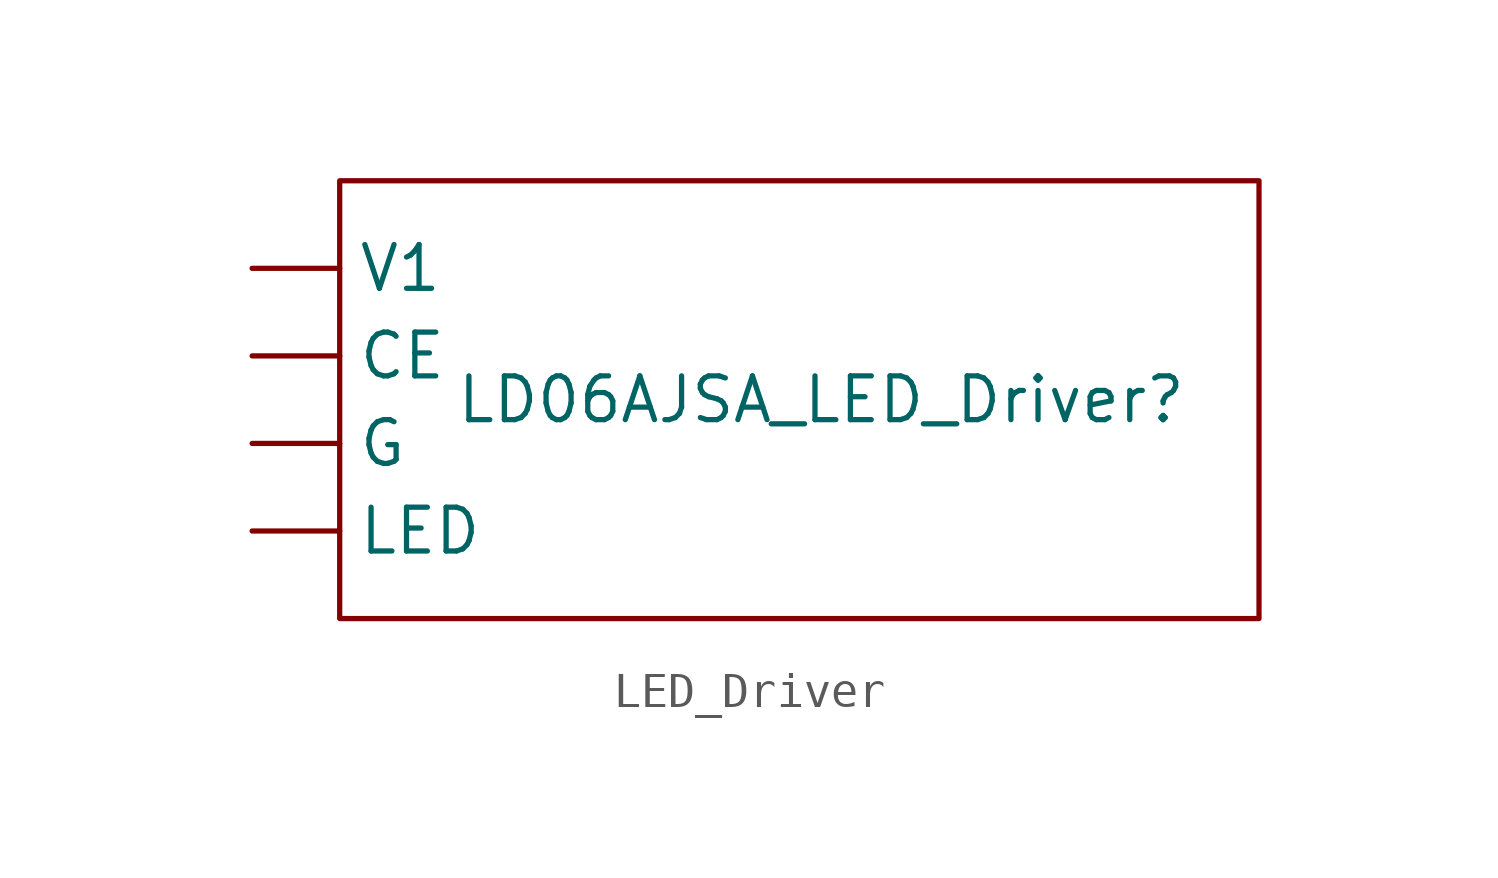
<source format=kicad_sym>
(kicad_symbol_lib
  (version 20220914)
  (generator kicad_symbol_editor)
  (symbol "LED_Driver"
    (property "Reference" "LD06AJSA_LED_Driver"
      (at 1.27 0 0)
      (effects (font (size 1.27 1.27))))
    (property "Value" ""
      (at -2.54 -1.27 0)
      (effects (font (size 1.27 1.27))))
    (symbol "LED_Driver_0_1"
      (rectangle (start -12.7 6.35) (end 13.97 -6.35) (stroke (width 0) (type default)) (fill (type none))))
    (symbol "LED_Driver_1_1"
      (pin input line (at -15.24 1.27 0) (length 2.54) (name "CE" (effects (font (size 1.27 1.27)))) (number "" (effects (font (size 1.27 1.27)))))
      (pin power_in line (at -15.24 -1.27 0) (length 2.54) (name "G" (effects (font (size 1.27 1.27)))) (number "" (effects (font (size 1.27 1.27)))))
      (pin power_out line (at -15.24 -3.81 0) (length 2.54) (name "LED" (effects (font (size 1.27 1.27)))) (number "" (effects (font (size 1.27 1.27)))))
      (pin input line (at -15.24 3.81 0) (length 2.54) (name "V1" (effects (font (size 1.27 1.27)))) (number "" (effects (font (size 1.27 1.27))))))))
</source>
